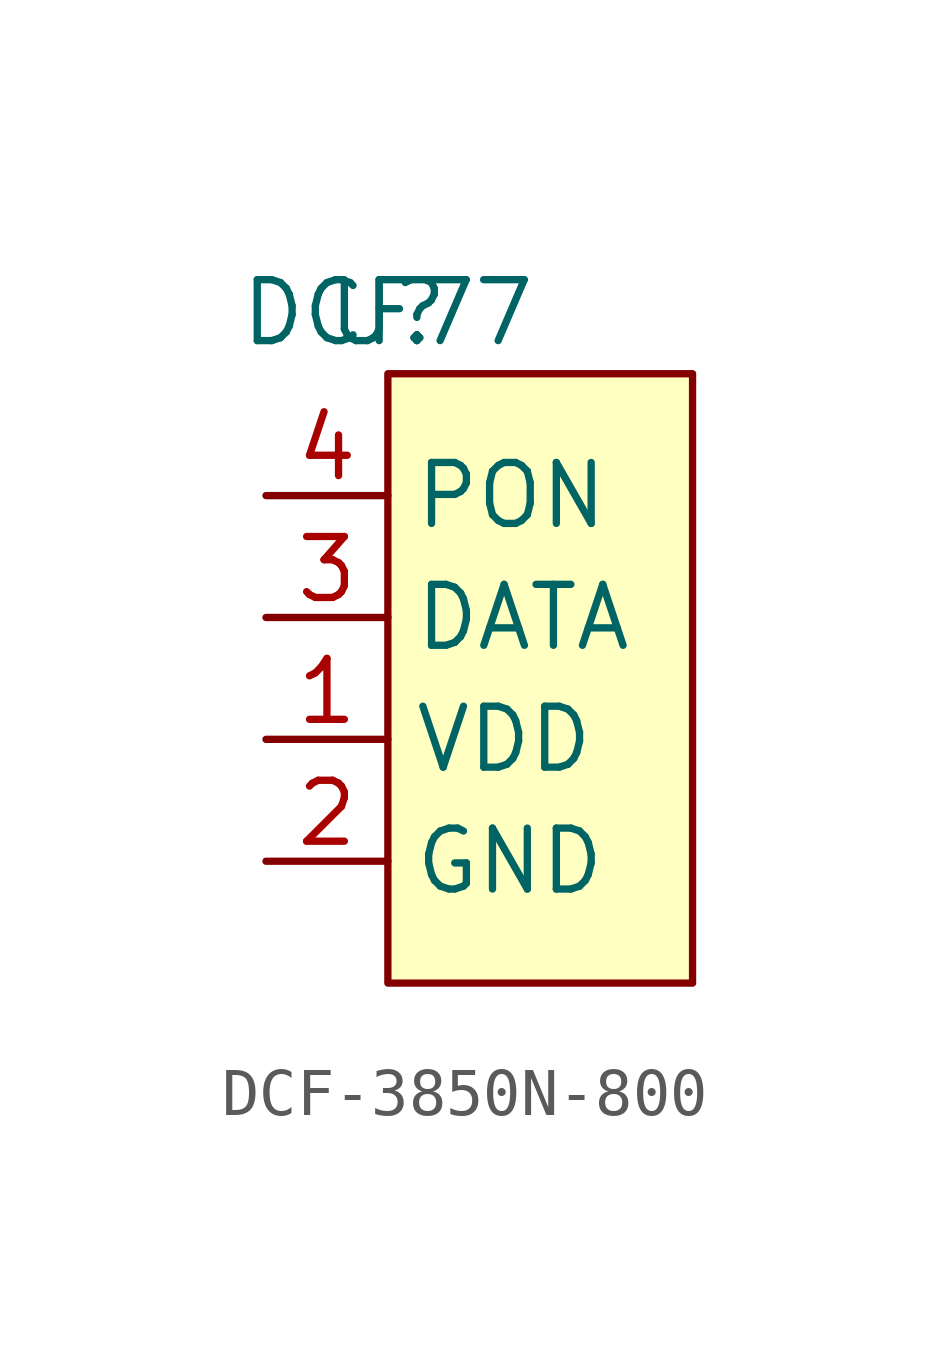
<source format=kicad_sym>
(kicad_symbol_lib
  (version 20231120)
  (generator "kicad_symbol_editor")
  (generator_version "8.0")
  (symbol "DCF-3850N-800"
    (property "Reference" "U"
      (at 0 0 0)
      (effects (font (size 1.27 1.27))))
    (property "Value" "DCF77"
      (at 0 0 0)
      (effects (font (size 1.27 1.27))))
    (symbol "DCF-3850N-800_1_1"
      (rectangle (start 0 -1.27) (end 6.35 -13.97) (stroke (width 0) (type default)) (fill (type background)))
      (pin power_in line (at -2.54 -8.89 0) (length 2.54) (name "VDD" (effects (font (size 1.27 1.27)))) (number "1" (effects (font (size 1.27 1.27)))))
      (pin power_in line (at -2.54 -11.43 0) (length 2.54) (name "GND" (effects (font (size 1.27 1.27)))) (number "2" (effects (font (size 1.27 1.27)))))
      (pin input line (at -2.54 -6.35 0) (length 2.54) (name "DATA" (effects (font (size 1.27 1.27)))) (number "3" (effects (font (size 1.27 1.27)))))
      (pin input line (at -2.54 -3.81 0) (length 2.54) (name "PON" (effects (font (size 1.27 1.27)))) (number "4" (effects (font (size 1.27 1.27))))))))
</source>
